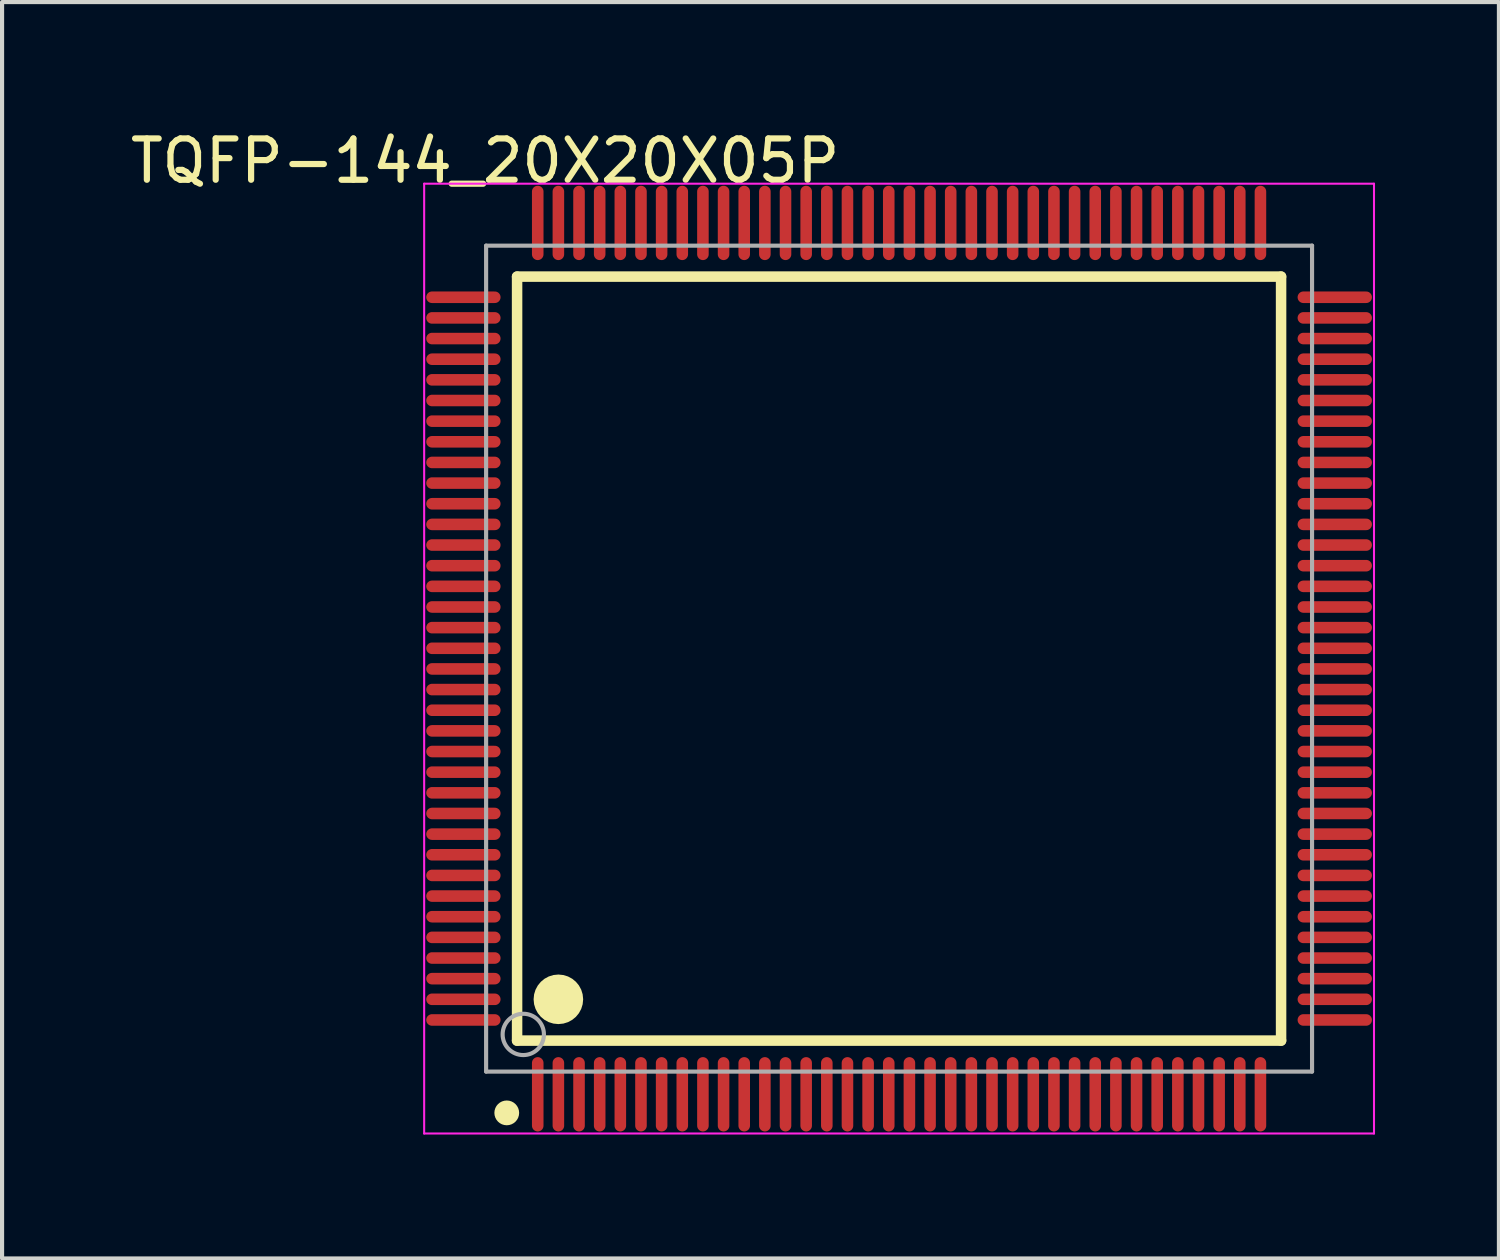
<source format=kicad_pcb>
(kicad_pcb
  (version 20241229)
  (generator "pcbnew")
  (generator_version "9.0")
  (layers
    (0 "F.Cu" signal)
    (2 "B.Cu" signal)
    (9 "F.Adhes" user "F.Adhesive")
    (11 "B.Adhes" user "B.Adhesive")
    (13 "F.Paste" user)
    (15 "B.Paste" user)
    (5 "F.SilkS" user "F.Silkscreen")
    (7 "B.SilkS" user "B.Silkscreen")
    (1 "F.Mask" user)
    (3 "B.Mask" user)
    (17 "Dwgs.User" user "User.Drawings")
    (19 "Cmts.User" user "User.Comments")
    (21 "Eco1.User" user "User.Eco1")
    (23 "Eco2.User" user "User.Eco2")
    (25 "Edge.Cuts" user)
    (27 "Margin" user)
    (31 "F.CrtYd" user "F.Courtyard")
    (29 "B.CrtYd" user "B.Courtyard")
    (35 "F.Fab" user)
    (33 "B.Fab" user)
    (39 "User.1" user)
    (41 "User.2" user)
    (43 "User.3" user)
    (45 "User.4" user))
  (footprint "TQFP-144_20X20X05P"
    (layer "F.Cu")
    (at 18.721 12.898)
    (property "Reference" "TQFP-144_20X20X05P" (at -10.024 -12.05 0) (layer "F.SilkS") (effects (font (size 1 1) (thickness 0.15))))
    (attr through_hole)
    (fp_line (start -9.25 -9.25) (end 9.25 -9.25) (stroke (width 0.254) (type solid)) (layer "F.SilkS"))
    (fp_line (start -9.25 9.25) (end -9.25 -9.25) (stroke (width 0.254) (type solid)) (layer "F.SilkS"))
    (fp_line (start -9.25 9.25) (end 9.25 9.25) (stroke (width 0.254) (type solid)) (layer "F.SilkS"))
    (fp_line (start 9.25 9.25) (end 9.25 -9.25) (stroke (width 0.254) (type solid)) (layer "F.SilkS"))
    (fp_circle (center -9.5 11) (end -9.35 11) (stroke (width 0.3) (type solid)) (fill no) (layer "F.SilkS"))
    (fp_circle (center -8.25 8.25) (end -7.95 8.25) (stroke (width 0.6) (type solid)) (fill no) (layer "F.SilkS"))
    (fp_line (start -11.5 -11.5) (end 11.5 -11.5) (stroke (width 0.05) (type solid)) (layer "F.CrtYd"))
    (fp_line (start -11.5 11.5) (end -11.5 -11.5) (stroke (width 0.05) (type solid)) (layer "F.CrtYd"))
    (fp_line (start 11.5 -11.5) (end 11.5 11.5) (stroke (width 0.05) (type solid)) (layer "F.CrtYd"))
    (fp_line (start 11.5 11.5) (end -11.5 11.5) (stroke (width 0.05) (type solid)) (layer "F.CrtYd"))
    (fp_line (start -10 -10) (end 10 -10) (stroke (width 0.1) (type solid)) (layer "F.Fab"))
    (fp_line (start -10 10) (end -10 -10) (stroke (width 0.1) (type solid)) (layer "F.Fab"))
    (fp_line (start -10 10) (end 10 10) (stroke (width 0.1) (type solid)) (layer "F.Fab"))
    (fp_line (start 10 10) (end 10 -10) (stroke (width 0.1) (type solid)) (layer "F.Fab"))
    (fp_circle (center -9.1 9.1) (end -8.6 9.1) (stroke (width 0.1) (type solid)) (fill no) (layer "F.Fab"))
    (pad "1" smd oval (at -8.75 10.55 180) (size 0.28 1.8) (layers "F.Cu" "F.Mask" "F.Paste"))
    (pad "2" smd oval (at -8.25 10.55 180) (size 0.28 1.8) (layers "F.Cu" "F.Mask" "F.Paste"))
    (pad "3" smd oval (at -7.75 10.55 180) (size 0.28 1.8) (layers "F.Cu" "F.Mask" "F.Paste"))
    (pad "4" smd oval (at -7.25 10.55 180) (size 0.28 1.8) (layers "F.Cu" "F.Mask" "F.Paste"))
    (pad "5" smd oval (at -6.75 10.55 180) (size 0.28 1.8) (layers "F.Cu" "F.Mask" "F.Paste"))
    (pad "6" smd oval (at -6.25 10.55 180) (size 0.28 1.8) (layers "F.Cu" "F.Mask" "F.Paste"))
    (pad "7" smd oval (at -5.75 10.55 180) (size 0.28 1.8) (layers "F.Cu" "F.Mask" "F.Paste"))
    (pad "8" smd oval (at -5.25 10.55 180) (size 0.28 1.8) (layers "F.Cu" "F.Mask" "F.Paste"))
    (pad "9" smd oval (at -4.75 10.55 180) (size 0.28 1.8) (layers "F.Cu" "F.Mask" "F.Paste"))
    (pad "10" smd oval (at -4.25 10.55 180) (size 0.28 1.8) (layers "F.Cu" "F.Mask" "F.Paste"))
    (pad "11" smd oval (at -3.75 10.55 180) (size 0.28 1.8) (layers "F.Cu" "F.Mask" "F.Paste"))
    (pad "12" smd oval (at -3.25 10.55 180) (size 0.28 1.8) (layers "F.Cu" "F.Mask" "F.Paste"))
    (pad "13" smd oval (at -2.75 10.55 180) (size 0.28 1.8) (layers "F.Cu" "F.Mask" "F.Paste"))
    (pad "14" smd oval (at -2.25 10.55 180) (size 0.28 1.8) (layers "F.Cu" "F.Mask" "F.Paste"))
    (pad "15" smd oval (at -1.75 10.55 180) (size 0.28 1.8) (layers "F.Cu" "F.Mask" "F.Paste"))
    (pad "16" smd oval (at -1.25 10.55 180) (size 0.28 1.8) (layers "F.Cu" "F.Mask" "F.Paste"))
    (pad "17" smd oval (at -0.75 10.55 180) (size 0.28 1.8) (layers "F.Cu" "F.Mask" "F.Paste"))
    (pad "18" smd oval (at -0.25 10.55 180) (size 0.28 1.8) (layers "F.Cu" "F.Mask" "F.Paste"))
    (pad "19" smd oval (at 0.25 10.55 180) (size 0.28 1.8) (layers "F.Cu" "F.Mask" "F.Paste"))
    (pad "20" smd oval (at 0.75 10.55 180) (size 0.28 1.8) (layers "F.Cu" "F.Mask" "F.Paste"))
    (pad "21" smd oval (at 1.25 10.55 180) (size 0.28 1.8) (layers "F.Cu" "F.Mask" "F.Paste"))
    (pad "22" smd oval (at 1.75 10.55 180) (size 0.28 1.8) (layers "F.Cu" "F.Mask" "F.Paste"))
    (pad "23" smd oval (at 2.25 10.55 180) (size 0.28 1.8) (layers "F.Cu" "F.Mask" "F.Paste"))
    (pad "24" smd oval (at 2.75 10.55 180) (size 0.28 1.8) (layers "F.Cu" "F.Mask" "F.Paste"))
    (pad "25" smd oval (at 3.25 10.55 180) (size 0.28 1.8) (layers "F.Cu" "F.Mask" "F.Paste"))
    (pad "26" smd oval (at 3.75 10.55 180) (size 0.28 1.8) (layers "F.Cu" "F.Mask" "F.Paste"))
    (pad "27" smd oval (at 4.25 10.55 180) (size 0.28 1.8) (layers "F.Cu" "F.Mask" "F.Paste"))
    (pad "28" smd oval (at 4.75 10.55 180) (size 0.28 1.8) (layers "F.Cu" "F.Mask" "F.Paste"))
    (pad "29" smd oval (at 5.25 10.55 180) (size 0.28 1.8) (layers "F.Cu" "F.Mask" "F.Paste"))
    (pad "30" smd oval (at 5.75 10.55 180) (size 0.28 1.8) (layers "F.Cu" "F.Mask" "F.Paste"))
    (pad "31" smd oval (at 6.25 10.55 180) (size 0.28 1.8) (layers "F.Cu" "F.Mask" "F.Paste"))
    (pad "32" smd oval (at 6.75 10.55 180) (size 0.28 1.8) (layers "F.Cu" "F.Mask" "F.Paste"))
    (pad "33" smd oval (at 7.25 10.55 180) (size 0.28 1.8) (layers "F.Cu" "F.Mask" "F.Paste"))
    (pad "34" smd oval (at 7.75 10.55 180) (size 0.28 1.8) (layers "F.Cu" "F.Mask" "F.Paste"))
    (pad "35" smd oval (at 8.25 10.55 180) (size 0.28 1.8) (layers "F.Cu" "F.Mask" "F.Paste"))
    (pad "36" smd oval (at 8.75 10.55 180) (size 0.28 1.8) (layers "F.Cu" "F.Mask" "F.Paste"))
    (pad "37" smd oval (at 10.55 8.75 90) (size 0.28 1.8) (layers "F.Cu" "F.Mask" "F.Paste"))
    (pad "38" smd oval (at 10.55 8.25 90) (size 0.28 1.8) (layers "F.Cu" "F.Mask" "F.Paste"))
    (pad "39" smd oval (at 10.55 7.75 90) (size 0.28 1.8) (layers "F.Cu" "F.Mask" "F.Paste"))
    (pad "40" smd oval (at 10.55 7.25 90) (size 0.28 1.8) (layers "F.Cu" "F.Mask" "F.Paste"))
    (pad "41" smd oval (at 10.55 6.75 90) (size 0.28 1.8) (layers "F.Cu" "F.Mask" "F.Paste"))
    (pad "42" smd oval (at 10.55 6.25 90) (size 0.28 1.8) (layers "F.Cu" "F.Mask" "F.Paste"))
    (pad "43" smd oval (at 10.55 5.75 90) (size 0.28 1.8) (layers "F.Cu" "F.Mask" "F.Paste"))
    (pad "44" smd oval (at 10.55 5.25 90) (size 0.28 1.8) (layers "F.Cu" "F.Mask" "F.Paste"))
    (pad "45" smd oval (at 10.55 4.75 90) (size 0.28 1.8) (layers "F.Cu" "F.Mask" "F.Paste"))
    (pad "46" smd oval (at 10.55 4.25 90) (size 0.28 1.8) (layers "F.Cu" "F.Mask" "F.Paste"))
    (pad "47" smd oval (at 10.55 3.75 90) (size 0.28 1.8) (layers "F.Cu" "F.Mask" "F.Paste"))
    (pad "48" smd oval (at 10.55 3.25 90) (size 0.28 1.8) (layers "F.Cu" "F.Mask" "F.Paste"))
    (pad "49" smd oval (at 10.55 2.75 90) (size 0.28 1.8) (layers "F.Cu" "F.Mask" "F.Paste"))
    (pad "50" smd oval (at 10.55 2.25 90) (size 0.28 1.8) (layers "F.Cu" "F.Mask" "F.Paste"))
    (pad "51" smd oval (at 10.55 1.75 90) (size 0.28 1.8) (layers "F.Cu" "F.Mask" "F.Paste"))
    (pad "52" smd oval (at 10.55 1.25 90) (size 0.28 1.8) (layers "F.Cu" "F.Mask" "F.Paste"))
    (pad "53" smd oval (at 10.55 0.75 90) (size 0.28 1.8) (layers "F.Cu" "F.Mask" "F.Paste"))
    (pad "54" smd oval (at 10.55 0.25 90) (size 0.28 1.8) (layers "F.Cu" "F.Mask" "F.Paste"))
    (pad "55" smd oval (at 10.55 -0.25 90) (size 0.28 1.8) (layers "F.Cu" "F.Mask" "F.Paste"))
    (pad "56" smd oval (at 10.55 -0.75 90) (size 0.28 1.8) (layers "F.Cu" "F.Mask" "F.Paste"))
    (pad "57" smd oval (at 10.55 -1.25 90) (size 0.28 1.8) (layers "F.Cu" "F.Mask" "F.Paste"))
    (pad "58" smd oval (at 10.55 -1.75 90) (size 0.28 1.8) (layers "F.Cu" "F.Mask" "F.Paste"))
    (pad "59" smd oval (at 10.55 -2.25 90) (size 0.28 1.8) (layers "F.Cu" "F.Mask" "F.Paste"))
    (pad "60" smd oval (at 10.55 -2.75 90) (size 0.28 1.8) (layers "F.Cu" "F.Mask" "F.Paste"))
    (pad "61" smd oval (at 10.55 -3.25 90) (size 0.28 1.8) (layers "F.Cu" "F.Mask" "F.Paste"))
    (pad "62" smd oval (at 10.55 -3.75 90) (size 0.28 1.8) (layers "F.Cu" "F.Mask" "F.Paste"))
    (pad "63" smd oval (at 10.55 -4.25 90) (size 0.28 1.8) (layers "F.Cu" "F.Mask" "F.Paste"))
    (pad "64" smd oval (at 10.55 -4.75 90) (size 0.28 1.8) (layers "F.Cu" "F.Mask" "F.Paste"))
    (pad "65" smd oval (at 10.55 -5.25 90) (size 0.28 1.8) (layers "F.Cu" "F.Mask" "F.Paste"))
    (pad "66" smd oval (at 10.55 -5.75 90) (size 0.28 1.8) (layers "F.Cu" "F.Mask" "F.Paste"))
    (pad "67" smd oval (at 10.55 -6.25 90) (size 0.28 1.8) (layers "F.Cu" "F.Mask" "F.Paste"))
    (pad "68" smd oval (at 10.55 -6.75 90) (size 0.28 1.8) (layers "F.Cu" "F.Mask" "F.Paste"))
    (pad "69" smd oval (at 10.55 -7.25 90) (size 0.28 1.8) (layers "F.Cu" "F.Mask" "F.Paste"))
    (pad "70" smd oval (at 10.55 -7.75 90) (size 0.28 1.8) (layers "F.Cu" "F.Mask" "F.Paste"))
    (pad "71" smd oval (at 10.55 -8.25 90) (size 0.28 1.8) (layers "F.Cu" "F.Mask" "F.Paste"))
    (pad "72" smd oval (at 10.55 -8.75 90) (size 0.28 1.8) (layers "F.Cu" "F.Mask" "F.Paste"))
    (pad "73" smd oval (at 8.75 -10.55 180) (size 0.28 1.8) (layers "F.Cu" "F.Mask" "F.Paste"))
    (pad "74" smd oval (at 8.25 -10.55 180) (size 0.28 1.8) (layers "F.Cu" "F.Mask" "F.Paste"))
    (pad "75" smd oval (at 7.75 -10.55 180) (size 0.28 1.8) (layers "F.Cu" "F.Mask" "F.Paste"))
    (pad "76" smd oval (at 7.25 -10.55 180) (size 0.28 1.8) (layers "F.Cu" "F.Mask" "F.Paste"))
    (pad "77" smd oval (at 6.75 -10.55 180) (size 0.28 1.8) (layers "F.Cu" "F.Mask" "F.Paste"))
    (pad "78" smd oval (at 6.25 -10.55 180) (size 0.28 1.8) (layers "F.Cu" "F.Mask" "F.Paste"))
    (pad "79" smd oval (at 5.75 -10.55 180) (size 0.28 1.8) (layers "F.Cu" "F.Mask" "F.Paste"))
    (pad "80" smd oval (at 5.25 -10.55 180) (size 0.28 1.8) (layers "F.Cu" "F.Mask" "F.Paste"))
    (pad "81" smd oval (at 4.75 -10.55 180) (size 0.28 1.8) (layers "F.Cu" "F.Mask" "F.Paste"))
    (pad "82" smd oval (at 4.25 -10.55 180) (size 0.28 1.8) (layers "F.Cu" "F.Mask" "F.Paste"))
    (pad "83" smd oval (at 3.75 -10.55 180) (size 0.28 1.8) (layers "F.Cu" "F.Mask" "F.Paste"))
    (pad "84" smd oval (at 3.25 -10.55 180) (size 0.28 1.8) (layers "F.Cu" "F.Mask" "F.Paste"))
    (pad "85" smd oval (at 2.75 -10.55 180) (size 0.28 1.8) (layers "F.Cu" "F.Mask" "F.Paste"))
    (pad "86" smd oval (at 2.25 -10.55 180) (size 0.28 1.8) (layers "F.Cu" "F.Mask" "F.Paste"))
    (pad "87" smd oval (at 1.75 -10.55 180) (size 0.28 1.8) (layers "F.Cu" "F.Mask" "F.Paste"))
    (pad "88" smd oval (at 1.25 -10.55 180) (size 0.28 1.8) (layers "F.Cu" "F.Mask" "F.Paste"))
    (pad "89" smd oval (at 0.75 -10.55 180) (size 0.28 1.8) (layers "F.Cu" "F.Mask" "F.Paste"))
    (pad "90" smd oval (at 0.25 -10.55 180) (size 0.28 1.8) (layers "F.Cu" "F.Mask" "F.Paste"))
    (pad "91" smd oval (at -0.25 -10.55 180) (size 0.28 1.8) (layers "F.Cu" "F.Mask" "F.Paste"))
    (pad "92" smd oval (at -0.75 -10.55 180) (size 0.28 1.8) (layers "F.Cu" "F.Mask" "F.Paste"))
    (pad "93" smd oval (at -1.25 -10.55 180) (size 0.28 1.8) (layers "F.Cu" "F.Mask" "F.Paste"))
    (pad "94" smd oval (at -1.75 -10.55 180) (size 0.28 1.8) (layers "F.Cu" "F.Mask" "F.Paste"))
    (pad "95" smd oval (at -2.25 -10.55 180) (size 0.28 1.8) (layers "F.Cu" "F.Mask" "F.Paste"))
    (pad "96" smd oval (at -2.75 -10.55 180) (size 0.28 1.8) (layers "F.Cu" "F.Mask" "F.Paste"))
    (pad "97" smd oval (at -3.25 -10.55 180) (size 0.28 1.8) (layers "F.Cu" "F.Mask" "F.Paste"))
    (pad "98" smd oval (at -3.75 -10.55 180) (size 0.28 1.8) (layers "F.Cu" "F.Mask" "F.Paste"))
    (pad "99" smd oval (at -4.25 -10.55 180) (size 0.28 1.8) (layers "F.Cu" "F.Mask" "F.Paste"))
    (pad "100" smd oval (at -4.75 -10.55 180) (size 0.28 1.8) (layers "F.Cu" "F.Mask" "F.Paste"))
    (pad "101" smd oval (at -5.25 -10.55 180) (size 0.28 1.8) (layers "F.Cu" "F.Mask" "F.Paste"))
    (pad "102" smd oval (at -5.75 -10.55 180) (size 0.28 1.8) (layers "F.Cu" "F.Mask" "F.Paste"))
    (pad "103" smd oval (at -6.25 -10.55 180) (size 0.28 1.8) (layers "F.Cu" "F.Mask" "F.Paste"))
    (pad "104" smd oval (at -6.75 -10.55 180) (size 0.28 1.8) (layers "F.Cu" "F.Mask" "F.Paste"))
    (pad "105" smd oval (at -7.25 -10.55 180) (size 0.28 1.8) (layers "F.Cu" "F.Mask" "F.Paste"))
    (pad "106" smd oval (at -7.75 -10.55 180) (size 0.28 1.8) (layers "F.Cu" "F.Mask" "F.Paste"))
    (pad "107" smd oval (at -8.25 -10.55 180) (size 0.28 1.8) (layers "F.Cu" "F.Mask" "F.Paste"))
    (pad "108" smd oval (at -8.75 -10.55 180) (size 0.28 1.8) (layers "F.Cu" "F.Mask" "F.Paste"))
    (pad "109" smd oval (at -10.55 -8.75 90) (size 0.28 1.8) (layers "F.Cu" "F.Mask" "F.Paste"))
    (pad "110" smd oval (at -10.55 -8.25 90) (size 0.28 1.8) (layers "F.Cu" "F.Mask" "F.Paste"))
    (pad "111" smd oval (at -10.55 -7.75 90) (size 0.28 1.8) (layers "F.Cu" "F.Mask" "F.Paste"))
    (pad "112" smd oval (at -10.55 -7.25 90) (size 0.28 1.8) (layers "F.Cu" "F.Mask" "F.Paste"))
    (pad "113" smd oval (at -10.55 -6.75 90) (size 0.28 1.8) (layers "F.Cu" "F.Mask" "F.Paste"))
    (pad "114" smd oval (at -10.55 -6.25 90) (size 0.28 1.8) (layers "F.Cu" "F.Mask" "F.Paste"))
    (pad "115" smd oval (at -10.55 -5.75 90) (size 0.28 1.8) (layers "F.Cu" "F.Mask" "F.Paste"))
    (pad "116" smd oval (at -10.55 -5.25 90) (size 0.28 1.8) (layers "F.Cu" "F.Mask" "F.Paste"))
    (pad "117" smd oval (at -10.55 -4.75 90) (size 0.28 1.8) (layers "F.Cu" "F.Mask" "F.Paste"))
    (pad "118" smd oval (at -10.55 -4.25 90) (size 0.28 1.8) (layers "F.Cu" "F.Mask" "F.Paste"))
    (pad "119" smd oval (at -10.55 -3.75 90) (size 0.28 1.8) (layers "F.Cu" "F.Mask" "F.Paste"))
    (pad "120" smd oval (at -10.55 -3.25 90) (size 0.28 1.8) (layers "F.Cu" "F.Mask" "F.Paste"))
    (pad "121" smd oval (at -10.55 -2.75 90) (size 0.28 1.8) (layers "F.Cu" "F.Mask" "F.Paste"))
    (pad "122" smd oval (at -10.55 -2.25 90) (size 0.28 1.8) (layers "F.Cu" "F.Mask" "F.Paste"))
    (pad "123" smd oval (at -10.55 -1.75 90) (size 0.28 1.8) (layers "F.Cu" "F.Mask" "F.Paste"))
    (pad "124" smd oval (at -10.55 -1.25 90) (size 0.28 1.8) (layers "F.Cu" "F.Mask" "F.Paste"))
    (pad "125" smd oval (at -10.55 -0.75 90) (size 0.28 1.8) (layers "F.Cu" "F.Mask" "F.Paste"))
    (pad "126" smd oval (at -10.55 -0.25 90) (size 0.28 1.8) (layers "F.Cu" "F.Mask" "F.Paste"))
    (pad "127" smd oval (at -10.55 0.25 90) (size 0.28 1.8) (layers "F.Cu" "F.Mask" "F.Paste"))
    (pad "128" smd oval (at -10.55 0.75 90) (size 0.28 1.8) (layers "F.Cu" "F.Mask" "F.Paste"))
    (pad "129" smd oval (at -10.55 1.25 90) (size 0.28 1.8) (layers "F.Cu" "F.Mask" "F.Paste"))
    (pad "130" smd oval (at -10.55 1.75 90) (size 0.28 1.8) (layers "F.Cu" "F.Mask" "F.Paste"))
    (pad "131" smd oval (at -10.55 2.25 90) (size 0.28 1.8) (layers "F.Cu" "F.Mask" "F.Paste"))
    (pad "132" smd oval (at -10.55 2.75 90) (size 0.28 1.8) (layers "F.Cu" "F.Mask" "F.Paste"))
    (pad "133" smd oval (at -10.55 3.25 90) (size 0.28 1.8) (layers "F.Cu" "F.Mask" "F.Paste"))
    (pad "134" smd oval (at -10.55 3.75 90) (size 0.28 1.8) (layers "F.Cu" "F.Mask" "F.Paste"))
    (pad "135" smd oval (at -10.55 4.25 90) (size 0.28 1.8) (layers "F.Cu" "F.Mask" "F.Paste"))
    (pad "136" smd oval (at -10.55 4.75 90) (size 0.28 1.8) (layers "F.Cu" "F.Mask" "F.Paste"))
    (pad "137" smd oval (at -10.55 5.25 90) (size 0.28 1.8) (layers "F.Cu" "F.Mask" "F.Paste"))
    (pad "138" smd oval (at -10.55 5.75 90) (size 0.28 1.8) (layers "F.Cu" "F.Mask" "F.Paste"))
    (pad "139" smd oval (at -10.55 6.25 90) (size 0.28 1.8) (layers "F.Cu" "F.Mask" "F.Paste"))
    (pad "140" smd oval (at -10.55 6.75 90) (size 0.28 1.8) (layers "F.Cu" "F.Mask" "F.Paste"))
    (pad "141" smd oval (at -10.55 7.25 90) (size 0.28 1.8) (layers "F.Cu" "F.Mask" "F.Paste"))
    (pad "142" smd oval (at -10.55 7.75 90) (size 0.28 1.8) (layers "F.Cu" "F.Mask" "F.Paste"))
    (pad "143" smd oval (at -10.55 8.25 90) (size 0.28 1.8) (layers "F.Cu" "F.Mask" "F.Paste"))
    (pad "144" smd oval (at -10.55 8.75 90) (size 0.28 1.8) (layers "F.Cu" "F.Mask" "F.Paste")))
  (gr_rect
    (start -3 -3)
    (end 33.246 27.423)
    (stroke (width 0.1) (type default))
    (fill no)
    (layer "Edge.Cuts")))
</source>
